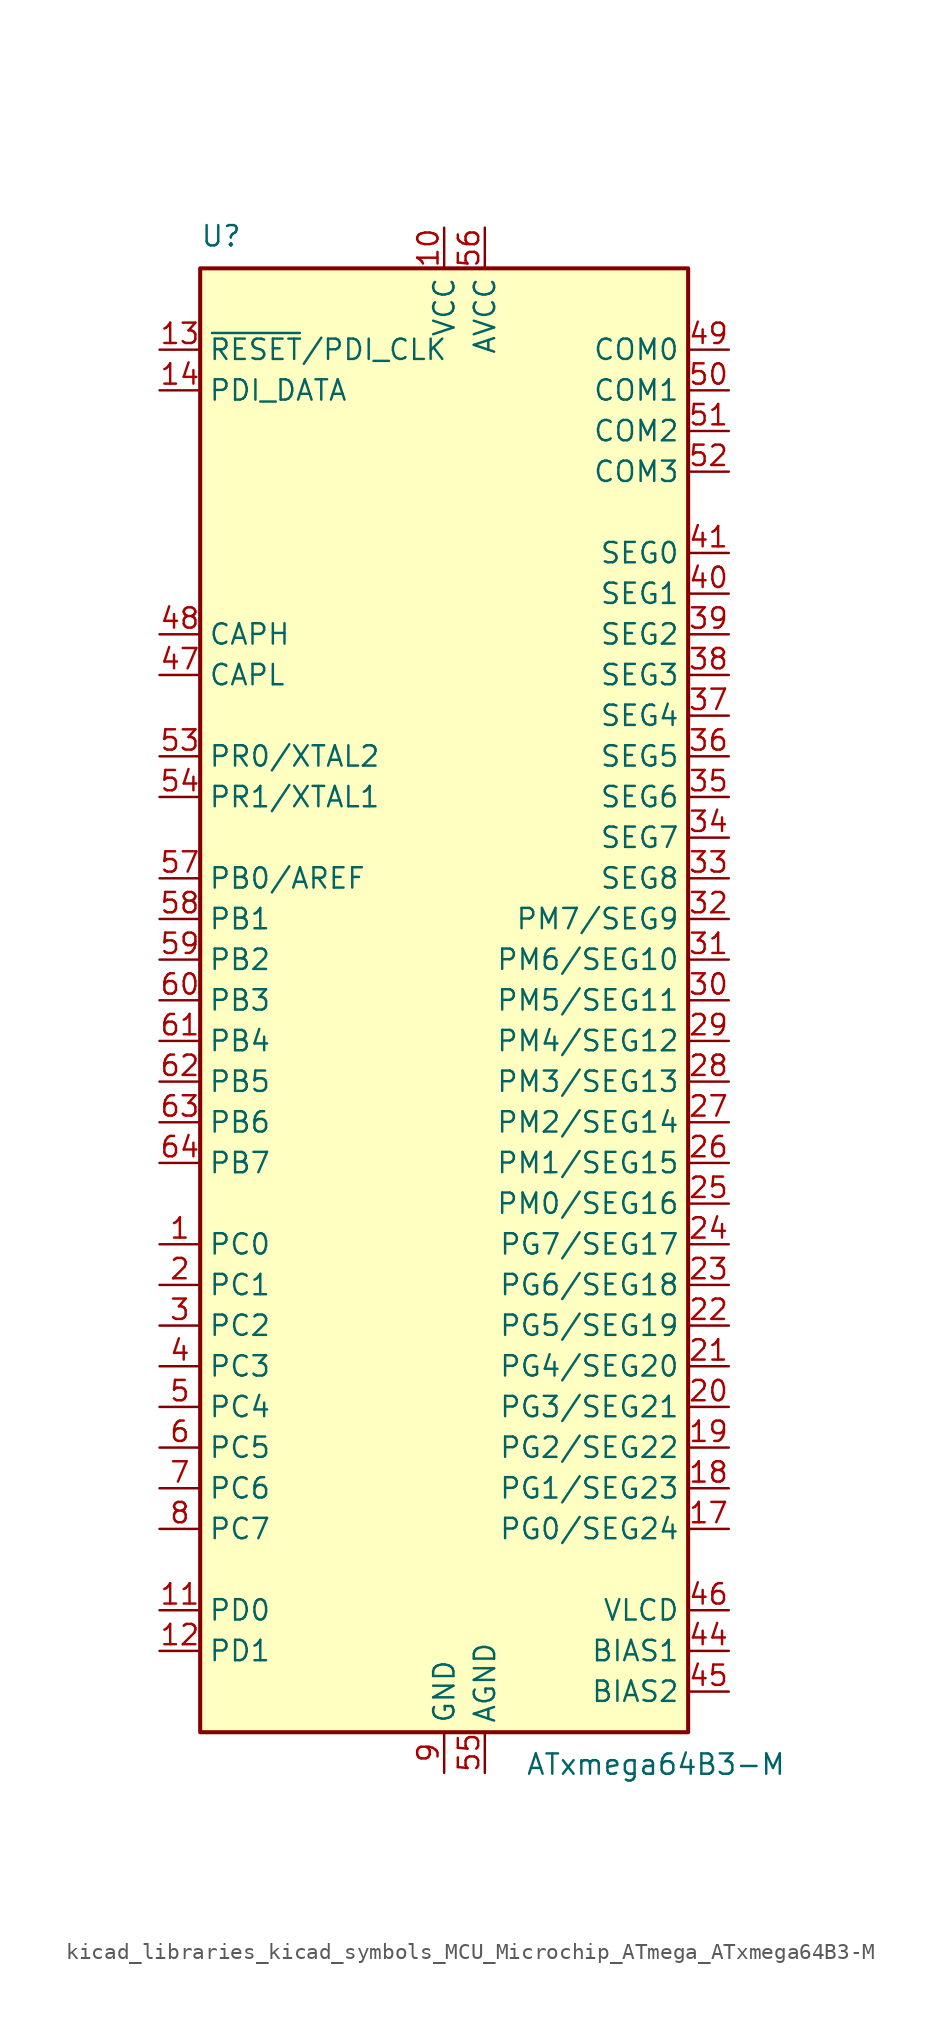
<source format=kicad_sym>
(kicad_symbol_lib
  (version 20220914)
  (generator kicad_symbol_editor)
  (symbol "kicad_libraries_kicad_symbols_MCU_Microchip_ATmega_ATxmega64B3-M"
    (property "Reference" "U"
      (at -15.24 46.99 0)
      (effects (font (size 1.27 1.27)) (justify left bottom)))
    (property "Value" "ATxmega64B3-M"
      (at 5.08 -46.99 0)
      (effects (font (size 1.27 1.27)) (justify left top)))
    (symbol "kicad_libraries_kicad_symbols_MCU_Microchip_ATmega_ATxmega64B3-M_0_1"
      (rectangle (start -15.24 -45.72) (end 15.24 45.72) (stroke (width 0.254) (type default)) (fill (type background))))
    (symbol "kicad_libraries_kicad_symbols_MCU_Microchip_ATmega_ATxmega64B3-M_1_1"
      (pin bidirectional line (at -17.78 -15.24 0) (length 2.54) (name "PC0" (effects (font (size 1.27 1.27)))) (number "1" (effects (font (size 1.27 1.27)))))
      (pin power_in line (at 0 48.26 270) (length 2.54) (name "VCC" (effects (font (size 1.27 1.27)))) (number "10" (effects (font (size 1.27 1.27)))))
      (pin bidirectional line (at -17.78 -38.1 0) (length 2.54) (name "PD0" (effects (font (size 1.27 1.27)))) (number "11" (effects (font (size 1.27 1.27)))))
      (pin bidirectional line (at -17.78 -40.64 0) (length 2.54) (name "PD1" (effects (font (size 1.27 1.27)))) (number "12" (effects (font (size 1.27 1.27)))))
      (pin input line (at -17.78 40.64 0) (length 2.54) (name "~{RESET}/PDI_CLK" (effects (font (size 1.27 1.27)))) (number "13" (effects (font (size 1.27 1.27)))))
      (pin bidirectional line (at -17.78 38.1 0) (length 2.54) (name "PDI_DATA" (effects (font (size 1.27 1.27)))) (number "14" (effects (font (size 1.27 1.27)))))
      (pin passive line (at 0 -48.26 90) (length 2.54) hide (name "GND" (effects (font (size 1.27 1.27)))) (number "15" (effects (font (size 1.27 1.27)))))
      (pin passive line (at 0 48.26 270) (length 2.54) hide (name "VCC" (effects (font (size 1.27 1.27)))) (number "16" (effects (font (size 1.27 1.27)))))
      (pin bidirectional line (at 17.78 -33.02 180) (length 2.54) (name "PG0/SEG24" (effects (font (size 1.27 1.27)))) (number "17" (effects (font (size 1.27 1.27)))))
      (pin bidirectional line (at 17.78 -30.48 180) (length 2.54) (name "PG1/SEG23" (effects (font (size 1.27 1.27)))) (number "18" (effects (font (size 1.27 1.27)))))
      (pin bidirectional line (at 17.78 -27.94 180) (length 2.54) (name "PG2/SEG22" (effects (font (size 1.27 1.27)))) (number "19" (effects (font (size 1.27 1.27)))))
      (pin bidirectional line (at -17.78 -17.78 0) (length 2.54) (name "PC1" (effects (font (size 1.27 1.27)))) (number "2" (effects (font (size 1.27 1.27)))))
      (pin bidirectional line (at 17.78 -25.4 180) (length 2.54) (name "PG3/SEG21" (effects (font (size 1.27 1.27)))) (number "20" (effects (font (size 1.27 1.27)))))
      (pin bidirectional line (at 17.78 -22.86 180) (length 2.54) (name "PG4/SEG20" (effects (font (size 1.27 1.27)))) (number "21" (effects (font (size 1.27 1.27)))))
      (pin bidirectional line (at 17.78 -20.32 180) (length 2.54) (name "PG5/SEG19" (effects (font (size 1.27 1.27)))) (number "22" (effects (font (size 1.27 1.27)))))
      (pin bidirectional line (at 17.78 -17.78 180) (length 2.54) (name "PG6/SEG18" (effects (font (size 1.27 1.27)))) (number "23" (effects (font (size 1.27 1.27)))))
      (pin bidirectional line (at 17.78 -15.24 180) (length 2.54) (name "PG7/SEG17" (effects (font (size 1.27 1.27)))) (number "24" (effects (font (size 1.27 1.27)))))
      (pin bidirectional line (at 17.78 -12.7 180) (length 2.54) (name "PM0/SEG16" (effects (font (size 1.27 1.27)))) (number "25" (effects (font (size 1.27 1.27)))))
      (pin bidirectional line (at 17.78 -10.16 180) (length 2.54) (name "PM1/SEG15" (effects (font (size 1.27 1.27)))) (number "26" (effects (font (size 1.27 1.27)))))
      (pin bidirectional line (at 17.78 -7.62 180) (length 2.54) (name "PM2/SEG14" (effects (font (size 1.27 1.27)))) (number "27" (effects (font (size 1.27 1.27)))))
      (pin bidirectional line (at 17.78 -5.08 180) (length 2.54) (name "PM3/SEG13" (effects (font (size 1.27 1.27)))) (number "28" (effects (font (size 1.27 1.27)))))
      (pin bidirectional line (at 17.78 -2.54 180) (length 2.54) (name "PM4/SEG12" (effects (font (size 1.27 1.27)))) (number "29" (effects (font (size 1.27 1.27)))))
      (pin bidirectional line (at -17.78 -20.32 0) (length 2.54) (name "PC2" (effects (font (size 1.27 1.27)))) (number "3" (effects (font (size 1.27 1.27)))))
      (pin bidirectional line (at 17.78 0 180) (length 2.54) (name "PM5/SEG11" (effects (font (size 1.27 1.27)))) (number "30" (effects (font (size 1.27 1.27)))))
      (pin bidirectional line (at 17.78 2.54 180) (length 2.54) (name "PM6/SEG10" (effects (font (size 1.27 1.27)))) (number "31" (effects (font (size 1.27 1.27)))))
      (pin bidirectional line (at 17.78 5.08 180) (length 2.54) (name "PM7/SEG9" (effects (font (size 1.27 1.27)))) (number "32" (effects (font (size 1.27 1.27)))))
      (pin output line (at 17.78 7.62 180) (length 2.54) (name "SEG8" (effects (font (size 1.27 1.27)))) (number "33" (effects (font (size 1.27 1.27)))))
      (pin output line (at 17.78 10.16 180) (length 2.54) (name "SEG7" (effects (font (size 1.27 1.27)))) (number "34" (effects (font (size 1.27 1.27)))))
      (pin output line (at 17.78 12.7 180) (length 2.54) (name "SEG6" (effects (font (size 1.27 1.27)))) (number "35" (effects (font (size 1.27 1.27)))))
      (pin output line (at 17.78 15.24 180) (length 2.54) (name "SEG5" (effects (font (size 1.27 1.27)))) (number "36" (effects (font (size 1.27 1.27)))))
      (pin output line (at 17.78 17.78 180) (length 2.54) (name "SEG4" (effects (font (size 1.27 1.27)))) (number "37" (effects (font (size 1.27 1.27)))))
      (pin output line (at 17.78 20.32 180) (length 2.54) (name "SEG3" (effects (font (size 1.27 1.27)))) (number "38" (effects (font (size 1.27 1.27)))))
      (pin output line (at 17.78 22.86 180) (length 2.54) (name "SEG2" (effects (font (size 1.27 1.27)))) (number "39" (effects (font (size 1.27 1.27)))))
      (pin bidirectional line (at -17.78 -22.86 0) (length 2.54) (name "PC3" (effects (font (size 1.27 1.27)))) (number "4" (effects (font (size 1.27 1.27)))))
      (pin output line (at 17.78 25.4 180) (length 2.54) (name "SEG1" (effects (font (size 1.27 1.27)))) (number "40" (effects (font (size 1.27 1.27)))))
      (pin output line (at 17.78 27.94 180) (length 2.54) (name "SEG0" (effects (font (size 1.27 1.27)))) (number "41" (effects (font (size 1.27 1.27)))))
      (pin passive line (at 0 -48.26 90) (length 2.54) hide (name "GND" (effects (font (size 1.27 1.27)))) (number "42" (effects (font (size 1.27 1.27)))))
      (pin passive line (at 0 48.26 270) (length 2.54) hide (name "VCC" (effects (font (size 1.27 1.27)))) (number "43" (effects (font (size 1.27 1.27)))))
      (pin power_out line (at 17.78 -40.64 180) (length 2.54) (name "BIAS1" (effects (font (size 1.27 1.27)))) (number "44" (effects (font (size 1.27 1.27)))))
      (pin power_out line (at 17.78 -43.18 180) (length 2.54) (name "BIAS2" (effects (font (size 1.27 1.27)))) (number "45" (effects (font (size 1.27 1.27)))))
      (pin power_out line (at 17.78 -38.1 180) (length 2.54) (name "VLCD" (effects (font (size 1.27 1.27)))) (number "46" (effects (font (size 1.27 1.27)))))
      (pin passive line (at -17.78 20.32 0) (length 2.54) (name "CAPL" (effects (font (size 1.27 1.27)))) (number "47" (effects (font (size 1.27 1.27)))))
      (pin passive line (at -17.78 22.86 0) (length 2.54) (name "CAPH" (effects (font (size 1.27 1.27)))) (number "48" (effects (font (size 1.27 1.27)))))
      (pin output line (at 17.78 40.64 180) (length 2.54) (name "COM0" (effects (font (size 1.27 1.27)))) (number "49" (effects (font (size 1.27 1.27)))))
      (pin bidirectional line (at -17.78 -25.4 0) (length 2.54) (name "PC4" (effects (font (size 1.27 1.27)))) (number "5" (effects (font (size 1.27 1.27)))))
      (pin output line (at 17.78 38.1 180) (length 2.54) (name "COM1" (effects (font (size 1.27 1.27)))) (number "50" (effects (font (size 1.27 1.27)))))
      (pin output line (at 17.78 35.56 180) (length 2.54) (name "COM2" (effects (font (size 1.27 1.27)))) (number "51" (effects (font (size 1.27 1.27)))))
      (pin output line (at 17.78 33.02 180) (length 2.54) (name "COM3" (effects (font (size 1.27 1.27)))) (number "52" (effects (font (size 1.27 1.27)))))
      (pin bidirectional line (at -17.78 15.24 0) (length 2.54) (name "PR0/XTAL2" (effects (font (size 1.27 1.27)))) (number "53" (effects (font (size 1.27 1.27)))))
      (pin bidirectional line (at -17.78 12.7 0) (length 2.54) (name "PR1/XTAL1" (effects (font (size 1.27 1.27)))) (number "54" (effects (font (size 1.27 1.27)))))
      (pin power_in line (at 2.54 -48.26 90) (length 2.54) (name "AGND" (effects (font (size 1.27 1.27)))) (number "55" (effects (font (size 1.27 1.27)))))
      (pin power_in line (at 2.54 48.26 270) (length 2.54) (name "AVCC" (effects (font (size 1.27 1.27)))) (number "56" (effects (font (size 1.27 1.27)))))
      (pin bidirectional line (at -17.78 7.62 0) (length 2.54) (name "PB0/AREF" (effects (font (size 1.27 1.27)))) (number "57" (effects (font (size 1.27 1.27)))))
      (pin bidirectional line (at -17.78 5.08 0) (length 2.54) (name "PB1" (effects (font (size 1.27 1.27)))) (number "58" (effects (font (size 1.27 1.27)))))
      (pin bidirectional line (at -17.78 2.54 0) (length 2.54) (name "PB2" (effects (font (size 1.27 1.27)))) (number "59" (effects (font (size 1.27 1.27)))))
      (pin bidirectional line (at -17.78 -27.94 0) (length 2.54) (name "PC5" (effects (font (size 1.27 1.27)))) (number "6" (effects (font (size 1.27 1.27)))))
      (pin bidirectional line (at -17.78 0 0) (length 2.54) (name "PB3" (effects (font (size 1.27 1.27)))) (number "60" (effects (font (size 1.27 1.27)))))
      (pin bidirectional line (at -17.78 -2.54 0) (length 2.54) (name "PB4" (effects (font (size 1.27 1.27)))) (number "61" (effects (font (size 1.27 1.27)))))
      (pin bidirectional line (at -17.78 -5.08 0) (length 2.54) (name "PB5" (effects (font (size 1.27 1.27)))) (number "62" (effects (font (size 1.27 1.27)))))
      (pin bidirectional line (at -17.78 -7.62 0) (length 2.54) (name "PB6" (effects (font (size 1.27 1.27)))) (number "63" (effects (font (size 1.27 1.27)))))
      (pin bidirectional line (at -17.78 -10.16 0) (length 2.54) (name "PB7" (effects (font (size 1.27 1.27)))) (number "64" (effects (font (size 1.27 1.27)))))
      (pin passive line (at 0 -48.26 90) (length 2.54) hide (name "GND" (effects (font (size 1.27 1.27)))) (number "65" (effects (font (size 1.27 1.27)))))
      (pin bidirectional line (at -17.78 -30.48 0) (length 2.54) (name "PC6" (effects (font (size 1.27 1.27)))) (number "7" (effects (font (size 1.27 1.27)))))
      (pin bidirectional line (at -17.78 -33.02 0) (length 2.54) (name "PC7" (effects (font (size 1.27 1.27)))) (number "8" (effects (font (size 1.27 1.27)))))
      (pin power_in line (at 0 -48.26 90) (length 2.54) (name "GND" (effects (font (size 1.27 1.27)))) (number "9" (effects (font (size 1.27 1.27))))))))
</source>
